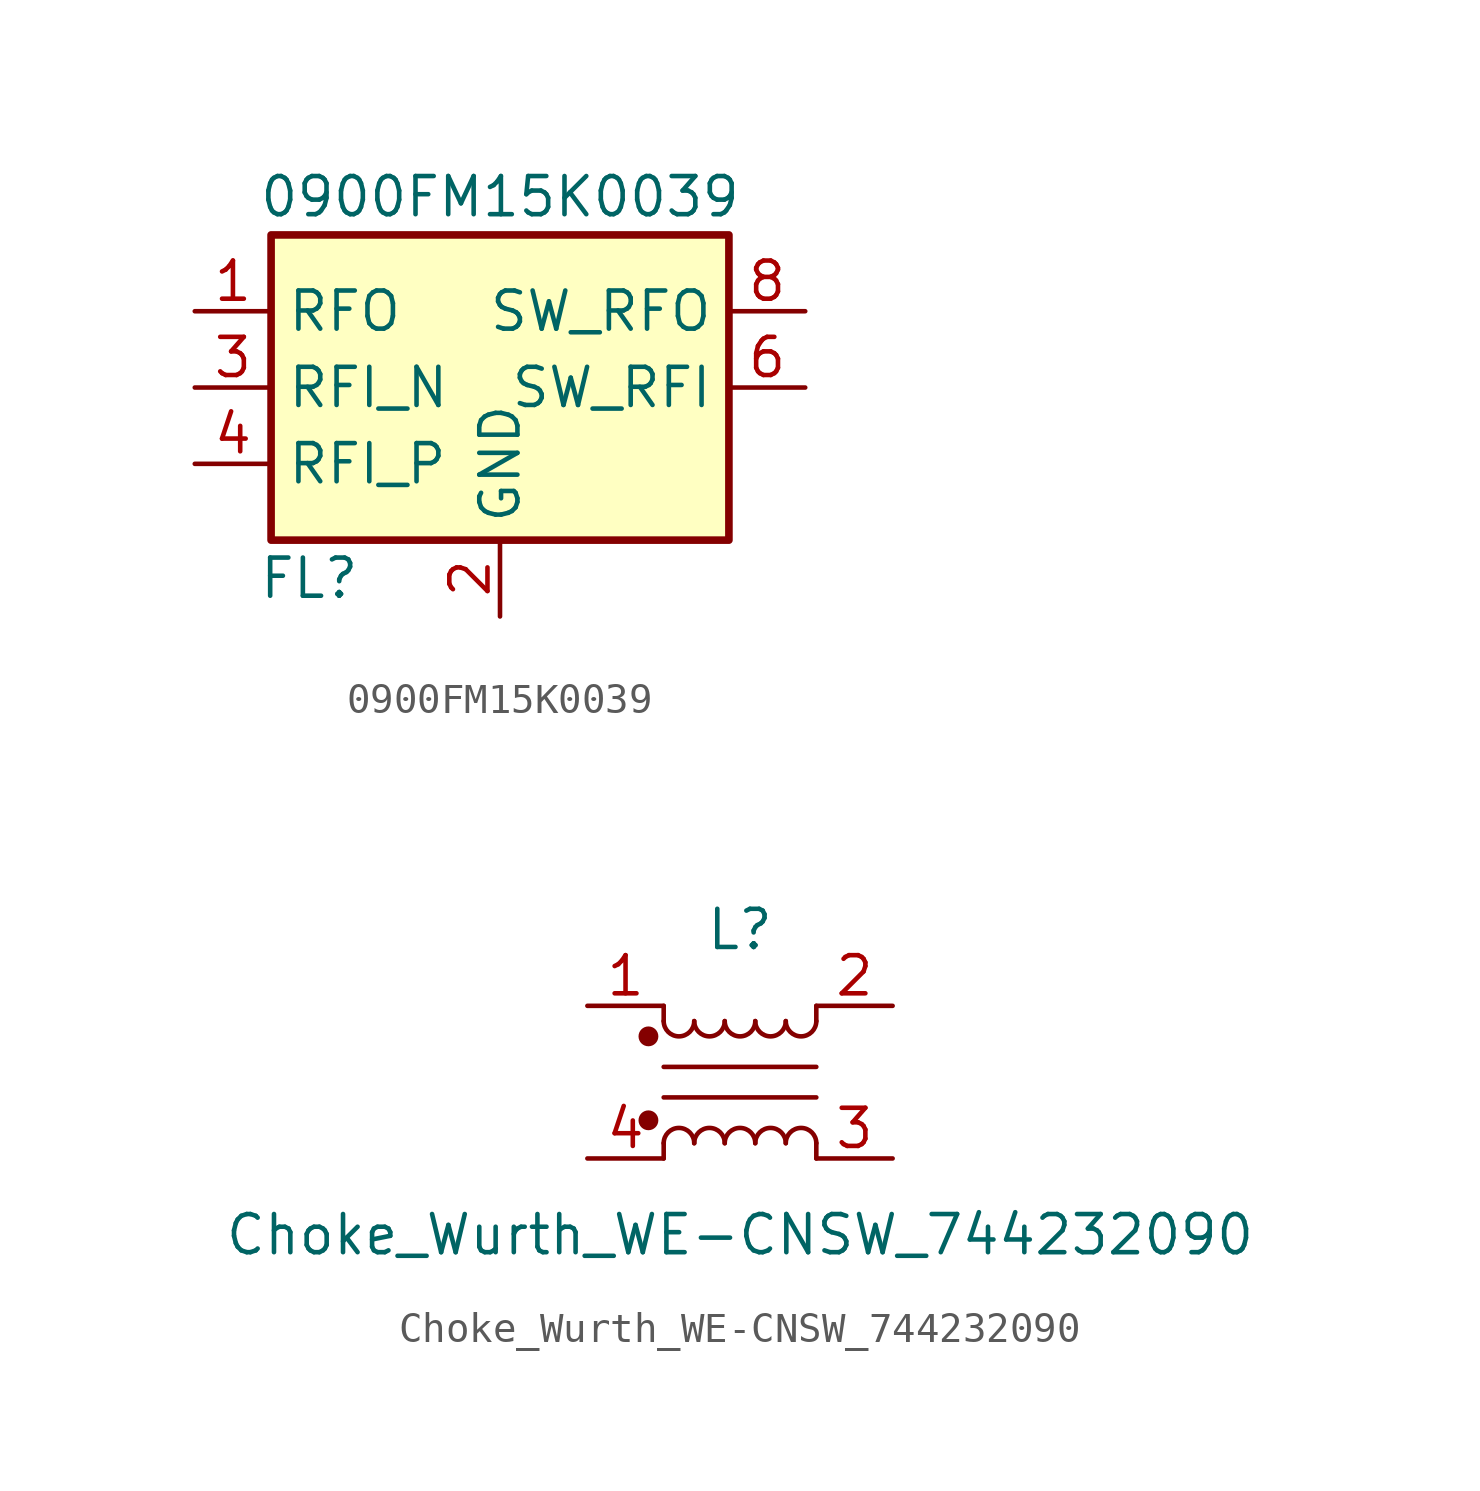
<source format=kicad_sym>
(kicad_symbol_lib
  (version 20241209)
  (generator "kicad_symbol_editor")
  (generator_version "9.0")
  (symbol "0900FM15K0039"
    (property "Reference" "FL"
      (at -6.35 -6.35 0)
      (effects (font (size 1.27 1.27))))
    (property "Value" "0900FM15K0039"
      (at 0 6.35 0)
      (effects (font (size 1.27 1.27))))
    (symbol "0900FM15K0039_0_0"
      (pin passive line (at -10.16 2.54 0) (length 2.54) (name "RFO" (effects (font (size 1.27 1.27)))) (number "1" (effects (font (size 1.27 1.27)))))
      (pin passive line (at -10.16 0 0) (length 2.54) (name "RFI_N" (effects (font (size 1.27 1.27)))) (number "3" (effects (font (size 1.27 1.27)))))
      (pin passive line (at -10.16 -2.54 0) (length 2.54) (name "RFI_P" (effects (font (size 1.27 1.27)))) (number "4" (effects (font (size 1.27 1.27)))))
      (pin passive line (at 0 -7.62 90) (length 2.54) (hide yes) (name "GND" (effects (font (size 1.27 1.27)))) (number "10" (effects (font (size 1.27 1.27)))))
      (pin power_in line (at 0 -7.62 90) (length 2.54) (name "GND" (effects (font (size 1.27 1.27)))) (number "2" (effects (font (size 1.27 1.27)))))
      (pin passive line (at 0 -7.62 90) (length 2.54) (hide yes) (name "GND" (effects (font (size 1.27 1.27)))) (number "5" (effects (font (size 1.27 1.27)))))
      (pin passive line (at 0 -7.62 90) (length 2.54) (hide yes) (name "GND" (effects (font (size 1.27 1.27)))) (number "7" (effects (font (size 1.27 1.27)))))
      (pin passive line (at 0 -7.62 90) (length 2.54) (hide yes) (name "GND" (effects (font (size 1.27 1.27)))) (number "9" (effects (font (size 1.27 1.27)))))
      (pin passive line (at 10.16 2.54 180) (length 2.54) (name "SW_RFO" (effects (font (size 1.27 1.27)))) (number "8" (effects (font (size 1.27 1.27)))))
      (pin passive line (at 10.16 0 180) (length 2.54) (name "SW_RFI" (effects (font (size 1.27 1.27)))) (number "6" (effects (font (size 1.27 1.27))))))
    (symbol "0900FM15K0039_0_1"
      (rectangle (start -7.62 5.08) (end 7.62 -5.08) (stroke (width 0.254) (type default)) (fill (type background)))))
  (symbol "Choke_Wurth_WE-CNSW_744232090"
    (property "Reference" "L"
      (at 0 5.08 0)
      (effects (font (size 1.27 1.27))))
    (property "Value" "Choke_Wurth_WE-CNSW_744232090"
      (at 0 -5.08 0)
      (effects (font (size 1.27 1.27))))
    (symbol "Choke_Wurth_WE-CNSW_744232090_1_1"
      (circle (center -3.048 1.524) (radius 0.254) (stroke (width 0) (type default)) (fill (type outline)))
      (circle (center -3.048 -1.27) (radius 0.254) (stroke (width 0) (type default)) (fill (type outline)))
      (polyline (pts (xy -2.54 2.032) (xy -2.54 2.54)) (stroke (width 0) (type default)) (fill (type none)))
      (polyline (pts (xy -2.54 0.508) (xy 2.54 0.508)) (stroke (width 0) (type default)) (fill (type none)))
      (polyline (pts (xy -2.54 -2.032) (xy -2.54 -2.54)) (stroke (width 0) (type default)) (fill (type none)))
      (arc (start -1.524 2.032) (mid -2.032 1.5262) (end -2.54 2.032) (stroke (width 0) (type default)) (fill (type none)))
      (arc (start -2.54 -2.032) (mid -2.032 -1.5262) (end -1.524 -2.032) (stroke (width 0) (type default)) (fill (type none)))
      (arc (start -0.508 2.032) (mid -1.016 1.5262) (end -1.524 2.032) (stroke (width 0) (type default)) (fill (type none)))
      (arc (start -1.524 -2.032) (mid -1.016 -1.5262) (end -0.508 -2.032) (stroke (width 0) (type default)) (fill (type none)))
      (arc (start 0.508 2.032) (mid 0 1.5262) (end -0.508 2.032) (stroke (width 0) (type default)) (fill (type none)))
      (arc (start -0.508 -2.032) (mid 0 -1.5262) (end 0.508 -2.032) (stroke (width 0) (type default)) (fill (type none)))
      (arc (start 1.524 2.032) (mid 1.016 1.5262) (end 0.508 2.032) (stroke (width 0) (type default)) (fill (type none)))
      (arc (start 0.508 -2.032) (mid 1.016 -1.5262) (end 1.524 -2.032) (stroke (width 0) (type default)) (fill (type none)))
      (arc (start 2.54 2.032) (mid 2.032 1.5262) (end 1.524 2.032) (stroke (width 0) (type default)) (fill (type none)))
      (arc (start 1.524 -2.032) (mid 2.032 -1.5262) (end 2.54 -2.032) (stroke (width 0) (type default)) (fill (type none)))
      (polyline (pts (xy 2.54 2.54) (xy 2.54 2.032)) (stroke (width 0) (type default)) (fill (type none)))
      (polyline (pts (xy 2.54 -0.508) (xy -2.54 -0.508)) (stroke (width 0) (type default)) (fill (type none)))
      (polyline (pts (xy 2.54 -2.032) (xy 2.54 -2.54)) (stroke (width 0) (type default)) (fill (type none)))
      (pin passive line (at -5.08 2.54 0) (length 2.54) (name "" (effects (font (size 1.27 1.27)))) (number "1" (effects (font (size 1.27 1.27)))))
      (pin passive line (at -5.08 -2.54 0) (length 2.54) (name "" (effects (font (size 1.27 1.27)))) (number "4" (effects (font (size 1.27 1.27)))))
      (pin passive line (at 5.08 2.54 180) (length 2.54) (name "" (effects (font (size 1.27 1.27)))) (number "2" (effects (font (size 1.27 1.27)))))
      (pin passive line (at 5.08 -2.54 180) (length 2.54) (name "" (effects (font (size 1.27 1.27)))) (number "3" (effects (font (size 1.27 1.27))))))))
</source>
